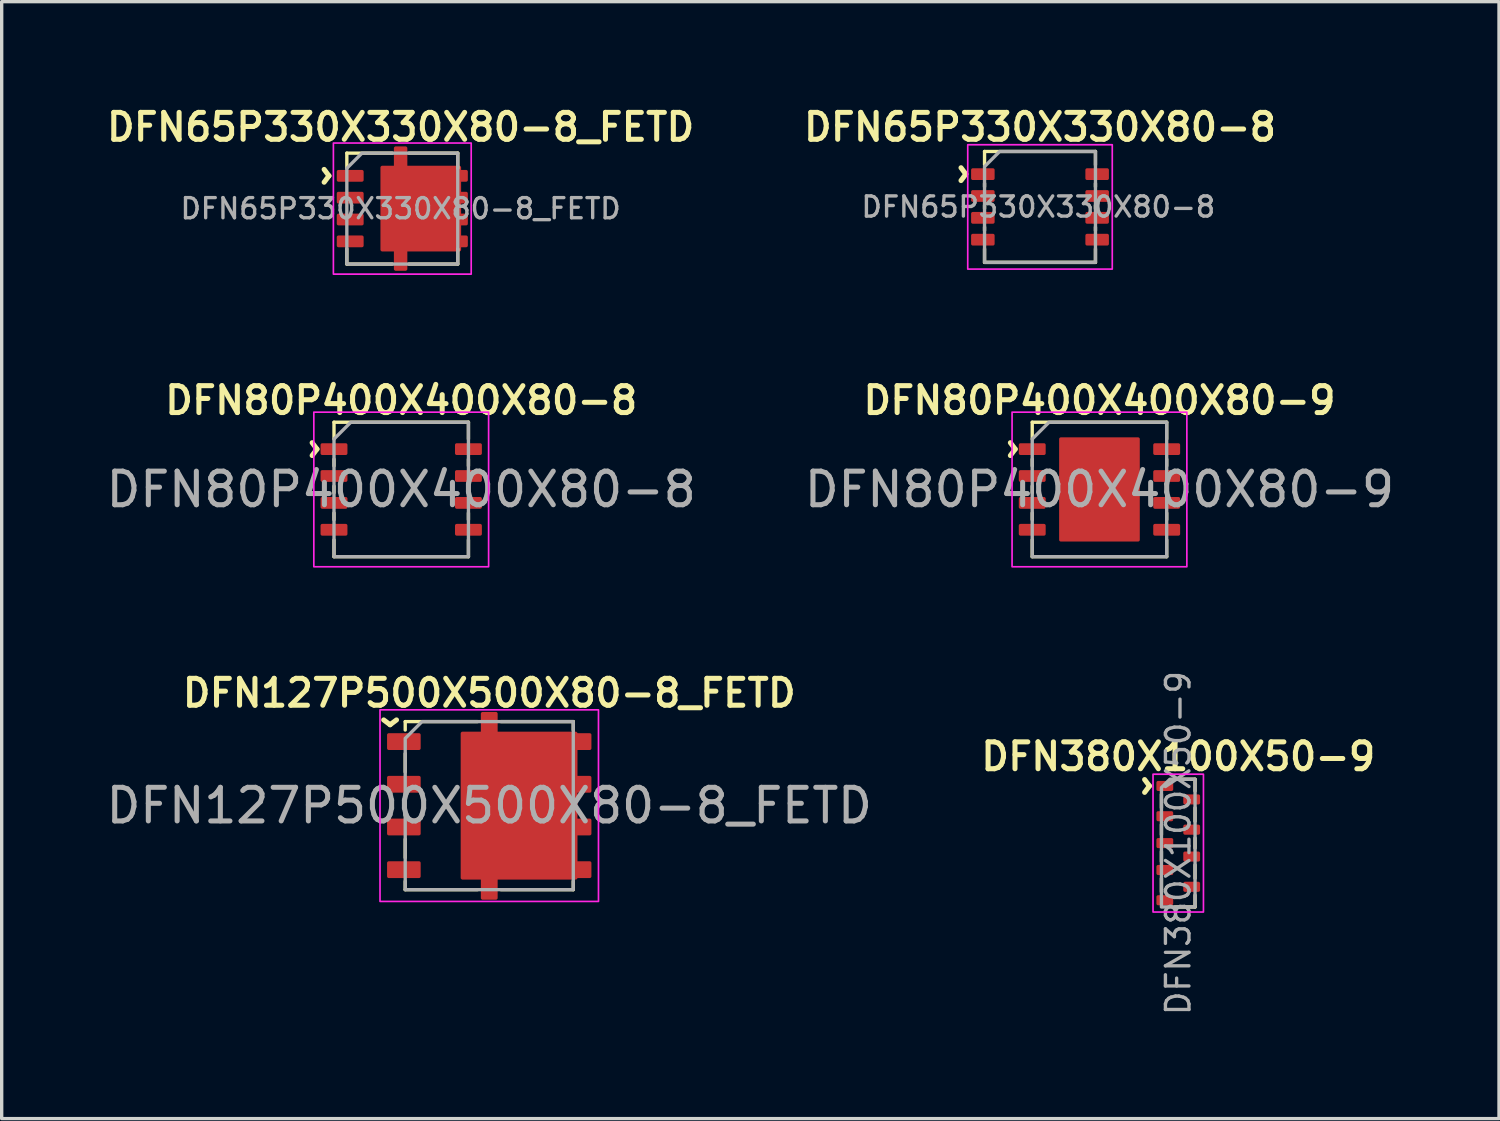
<source format=kicad_pcb>
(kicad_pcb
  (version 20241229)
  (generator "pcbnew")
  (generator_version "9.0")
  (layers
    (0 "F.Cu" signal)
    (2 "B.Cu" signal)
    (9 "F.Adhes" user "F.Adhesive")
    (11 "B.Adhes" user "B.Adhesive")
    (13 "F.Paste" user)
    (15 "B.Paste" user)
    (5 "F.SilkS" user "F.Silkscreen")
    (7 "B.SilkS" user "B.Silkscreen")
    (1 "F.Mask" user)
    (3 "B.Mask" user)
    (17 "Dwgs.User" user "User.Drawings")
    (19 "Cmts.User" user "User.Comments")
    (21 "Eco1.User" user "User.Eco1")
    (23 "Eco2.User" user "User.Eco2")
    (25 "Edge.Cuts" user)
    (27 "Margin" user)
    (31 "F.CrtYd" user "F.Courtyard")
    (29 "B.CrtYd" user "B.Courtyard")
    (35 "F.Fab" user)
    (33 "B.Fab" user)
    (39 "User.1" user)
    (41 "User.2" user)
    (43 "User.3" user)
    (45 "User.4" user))
  (footprint "DFN80P400X400X80-9"
    (layer "F.Cu")
    (at 29.661 11.512)
    (property "Reference" "DFN80P400X400X80-9" (at 0 -2.65 0) (layer "F.SilkS") (effects (font (size 0.8 0.8) (thickness 0.15))))
    (attr smd)
    (fp_line (start -2 -2) (end -2 -1.5) (stroke (width 0.1) (type solid)) (layer "F.SilkS"))
    (fp_line (start -2 -2) (end 2 -2) (stroke (width 0.1) (type solid)) (layer "F.SilkS"))
    (fp_line (start -2 -0.9) (end -2 -0.7) (stroke (width 0.1) (type default)) (layer "F.SilkS"))
    (fp_line (start -2 -0.1) (end -2 0.1) (stroke (width 0.1) (type default)) (layer "F.SilkS"))
    (fp_line (start -2 0.7) (end -2 0.9) (stroke (width 0.1) (type default)) (layer "F.SilkS"))
    (fp_line (start -2 2) (end -2 1.5) (stroke (width 0.1) (type solid)) (layer "F.SilkS"))
    (fp_line (start -2 2) (end 2 2) (stroke (width 0.1) (type solid)) (layer "F.SilkS"))
    (fp_line (start 2 -2) (end 2 -1.5) (stroke (width 0.1) (type solid)) (layer "F.SilkS"))
    (fp_line (start 2 -0.9) (end 2 -0.7) (stroke (width 0.1) (type default)) (layer "F.SilkS"))
    (fp_line (start 2 -0.1) (end 2 0.1) (stroke (width 0.1) (type default)) (layer "F.SilkS"))
    (fp_line (start 2 0.7) (end 2 0.9) (stroke (width 0.1) (type default)) (layer "F.SilkS"))
    (fp_line (start 2 2) (end 2 1.5) (stroke (width 0.1) (type solid)) (layer "F.SilkS"))
    (fp_poly (pts (xy 2.6 -2.3) (xy -2.6 -2.3) (xy -2.6 2.3) (xy 2.6 2.3)) (stroke (width 0.05) (type solid)) (fill no) (layer "F.CrtYd"))
    (fp_poly (pts (xy -1.5 -2) (xy -2 -1.5) (xy -2 2) (xy 2 2) (xy 2 -2)) (stroke (width 0.1) (type solid)) (fill no) (layer "F.Fab"))
    (fp_text user "^" (at -3.1 -1.2 270) (unlocked yes) (layer "F.SilkS") (effects (font (size 1 1) (thickness 0.15))))
    (fp_text user "${REFERENCE}" (at 0 0 0) (layer "F.Fab") (effects (font (size 1 1) (thickness 0.15) (bold yes))))
    (pad "" smd roundrect (at -0.7 -0.875) (size 1 1.35) (layers "F.Paste") (roundrect_rratio 0.05))
    (pad "" smd roundrect (at -0.7 0.875) (size 1 1.35) (layers "F.Paste") (roundrect_rratio 0.05))
    (pad "" smd roundrect (at 0.7 -0.875) (size 1 1.35) (layers "F.Paste") (roundrect_rratio 0.05))
    (pad "" smd roundrect (at 0.7 0.875) (size 1 1.35) (layers "F.Paste") (roundrect_rratio 0.05))
    (pad "1" smd roundrect (at -2 -1.2) (size 0.8 0.35) (layers "F.Cu" "F.Mask" "F.Paste") (roundrect_rratio 0.143))
    (pad "2" smd roundrect (at -2 -0.4) (size 0.8 0.35) (layers "F.Cu" "F.Mask" "F.Paste") (roundrect_rratio 0.143))
    (pad "3" smd roundrect (at -2 0.4) (size 0.8 0.35) (layers "F.Cu" "F.Mask" "F.Paste") (roundrect_rratio 0.143))
    (pad "4" smd roundrect (at -2 1.2) (size 0.8 0.35) (layers "F.Cu" "F.Mask" "F.Paste") (roundrect_rratio 0.143))
    (pad "5" smd roundrect (at 2 1.2) (size 0.8 0.35) (layers "F.Cu" "F.Mask" "F.Paste") (roundrect_rratio 0.143))
    (pad "6" smd roundrect (at 2 0.4) (size 0.8 0.35) (layers "F.Cu" "F.Mask" "F.Paste") (roundrect_rratio 0.143))
    (pad "7" smd roundrect (at 2 -0.4) (size 0.8 0.35) (layers "F.Cu" "F.Mask" "F.Paste") (roundrect_rratio 0.143))
    (pad "8" smd roundrect (at 2 -1.2) (size 0.8 0.35) (layers "F.Cu" "F.Mask" "F.Paste") (roundrect_rratio 0.143))
    (pad "9" smd roundrect (at 0 0) (size 2.4 3.1) (layers "F.Cu" "F.Mask") (roundrect_rratio 0.021)))
  (footprint "DFN380X100X50-9"
    (layer "F.Cu")
    (at 32.005 22.034)
    (property "Reference" "DFN380X100X50-9" (at 0 -2.575 180) (layer "F.SilkS") (effects (font (size 0.8 0.8) (thickness 0.15))))
    (attr smd)
    (fp_line (start -0.5 -0.25) (end -0.5 -0.55) (stroke (width 0.1) (type solid)) (layer "F.SilkS"))
    (fp_line (start -0.5 0.55) (end -0.5 0.25) (stroke (width 0.1) (type solid)) (layer "F.SilkS"))
    (fp_line (start -0.5 1.45) (end -0.5 1.05) (stroke (width 0.1) (type solid)) (layer "F.SilkS"))
    (fp_line (start -0.5 -1.05) (end -0.5 -1.45) (stroke (width 0.1) (type solid)) (layer "F.SilkS"))
    (fp_line (start 0.5 -0.15) (end 0.5 0.15) (stroke (width 0.1) (type solid)) (layer "F.SilkS"))
    (fp_line (start 0.5 -1.9) (end -0.1 -1.9) (stroke (width 0.1) (type solid)) (layer "F.SilkS"))
    (fp_line (start 0.5 -1.55) (end 0.5 -1.9) (stroke (width 0.1) (type solid)) (layer "F.SilkS"))
    (fp_line (start 0.5 -1.05) (end 0.5 -0.65) (stroke (width 0.1) (type solid)) (layer "F.SilkS"))
    (fp_line (start 0.5 0.65) (end 0.5 1.05) (stroke (width 0.1) (type solid)) (layer "F.SilkS"))
    (fp_line (start 0.5 1.55) (end 0.5 1.9) (stroke (width 0.1) (type solid)) (layer "F.SilkS"))
    (fp_line (start 0.5 1.9) (end -0.1 1.9) (stroke (width 0.1) (type solid)) (layer "F.SilkS"))
    (fp_rect (start -0.75 -2.05) (end 0.75 2.05) (stroke (width 0.05) (type default)) (fill no) (layer "F.CrtYd"))
    (fp_poly (pts (xy -0.5 -1.65) (xy -0.25 -1.9) (xy 0.5 -1.9) (xy 0.5 1.9) (xy -0.5 1.9)) (stroke (width 0.1) (type solid)) (fill no) (layer "F.Fab"))
    (fp_text user "^" (at -1.45 -1.7 270) (unlocked yes) (layer "F.SilkS") (effects (font (size 1 1) (thickness 0.15))))
    (fp_text user "${REFERENCE}" (at 0 0 270) (layer "F.Fab") (effects (font (size 0.7 0.7) (thickness 0.1))))
    (pad "1" smd roundrect (at -0.4 -1.7 270) (size 0.3 0.5) (layers "F.Cu" "F.Mask" "F.Paste") (roundrect_rratio 0.167))
    (pad "2" smd roundrect (at -0.4 -0.8 270) (size 0.3 0.5) (layers "F.Cu" "F.Mask" "F.Paste") (roundrect_rratio 0.167))
    (pad "3" smd roundrect (at -0.4 0 270) (size 0.3 0.5) (layers "F.Cu" "F.Mask" "F.Paste") (roundrect_rratio 0.167))
    (pad "4" smd roundrect (at -0.4 0.8 270) (size 0.3 0.5) (layers "F.Cu" "F.Mask" "F.Paste") (roundrect_rratio 0.167))
    (pad "5" smd roundrect (at -0.4 1.7 270) (size 0.3 0.5) (layers "F.Cu" "F.Mask" "F.Paste") (roundrect_rratio 0.167))
    (pad "6" smd roundrect (at 0.4 1.3 270) (size 0.3 0.5) (layers "F.Cu" "F.Mask" "F.Paste") (roundrect_rratio 0.167))
    (pad "7" smd roundrect (at 0.4 0.4 270) (size 0.3 0.5) (layers "F.Cu" "F.Mask" "F.Paste") (roundrect_rratio 0.167))
    (pad "8" smd roundrect (at 0.4 -0.4 270) (size 0.3 0.5) (layers "F.Cu" "F.Mask" "F.Paste") (roundrect_rratio 0.167))
    (pad "9" smd roundrect (at 0.4 -1.3 270) (size 0.3 0.5) (layers "F.Cu" "F.Mask" "F.Paste") (roundrect_rratio 0.167)))
  (footprint "DFN65P330X330X80-8_FETD"
    (layer "F.Cu")
    (at 8.919 3.156)
    (property "Reference" "DFN65P330X330X80-8_FETD" (at -0.05 -2.425 0) (layer "F.SilkS") (effects (font (size 0.8 0.8) (thickness 0.15))))
    (attr smd)
    (fp_line (start -1.65 -1.65) (end -1.65 -1.2) (stroke (width 0.1) (type solid)) (layer "F.SilkS"))
    (fp_line (start -1.65 -1.65) (end -0.3 -1.65) (stroke (width 0.1) (type solid)) (layer "F.SilkS"))
    (fp_line (start -1.65 1.65) (end -1.65 1.2) (stroke (width 0.1) (type solid)) (layer "F.SilkS"))
    (fp_line (start -0.3 1.65) (end -1.65 1.65) (stroke (width 0.1) (type solid)) (layer "F.SilkS"))
    (fp_line (start 1.65 -1.65) (end 0.2 -1.65) (stroke (width 0.1) (type solid)) (layer "F.SilkS"))
    (fp_line (start 1.65 -1.65) (end 1.65 -1.2) (stroke (width 0.1) (type solid)) (layer "F.SilkS"))
    (fp_line (start 1.65 1.65) (end 0.2 1.65) (stroke (width 0.1) (type solid)) (layer "F.SilkS"))
    (fp_line (start 1.65 1.65) (end 1.65 1.2) (stroke (width 0.1) (type solid)) (layer "F.SilkS"))
    (fp_rect (start -2.05 -1.95) (end 2.05 1.95) (stroke (width 0.05) (type default)) (fill no) (layer "F.CrtYd"))
    (fp_poly (pts (xy -1.65 -1.2) (xy -1.65 1.65) (xy 1.65 1.65) (xy 1.65 -1.65) (xy -1.2 -1.65)) (stroke (width 0.1) (type solid)) (fill no) (layer "F.Fab"))
    (fp_text user "^" (at -2.775 -0.975 270) (unlocked yes) (layer "F.SilkS") (effects (font (size 1 1) (thickness 0.15))))
    (fp_text user "${REFERENCE}" (at -0.05 0 0) (unlocked yes) (layer "F.Fab") (effects (font (size 0.6 0.6) (thickness 0.1))))
    (pad "1" smd roundrect (at -1.55 -0.975) (size 0.8 0.35) (layers "F.Cu" "F.Mask" "F.Paste") (roundrect_rratio 0.143))
    (pad "2" smd roundrect (at -1.55 -0.325) (size 0.8 0.35) (layers "F.Cu" "F.Mask" "F.Paste") (roundrect_rratio 0.143))
    (pad "3" smd roundrect (at -1.55 0.325) (size 0.8 0.35) (layers "F.Cu" "F.Mask" "F.Paste") (roundrect_rratio 0.143))
    (pad "4" smd roundrect (at -1.55 0.975) (size 0.8 0.35) (layers "F.Cu" "F.Mask" "F.Paste") (roundrect_rratio 0.143))
    (pad "5" smd custom (at 1.65 0.975) (size 0.35 0.35) (layers "F.Cu" "F.Mask" "F.Paste") (options (anchor circle)) (primitives (gr_rect (start -2.25 -2.2) (end 0.05 0.25) (width 0.1) (fill yes)) (gr_rect (start -1.85 0.225) (end -1.55 0.825) (width 0.1) (fill yes)) (gr_rect (start -1.85 -2.775) (end -1.55 -2.175) (width 0.1) (fill yes)) (gr_poly (pts (xy -0.3 -0.125) (xy -0.296 -0.144) (xy -0.285 -0.16) (xy -0.269 -0.171) (xy -0.25 -0.175) (xy 0.25 -0.175) (xy 0.269 -0.171) (xy 0.285 -0.16) (xy 0.296 -0.144) (xy 0.3 -0.125) (xy 0.3 0.125) (xy 0.296 0.144) (xy 0.285 0.16) (xy 0.269 0.171) (xy 0.25 0.175) (xy -0.25 0.175) (xy -0.269 0.171) (xy -0.285 0.16) (xy -0.296 0.144) (xy -0.3 0.125)) (width 0) (fill yes))))
    (pad "6" smd roundrect (at 1.55 0.325) (size 0.8 0.35) (layers "F.Cu" "F.Mask" "F.Paste") (roundrect_rratio 0.143))
    (pad "7" smd roundrect (at 1.55 -0.325) (size 0.8 0.35) (layers "F.Cu" "F.Mask" "F.Paste") (roundrect_rratio 0.143))
    (pad "8" smd roundrect (at 1.55 -0.975) (size 0.8 0.35) (layers "F.Cu" "F.Mask" "F.Paste") (roundrect_rratio 0.143)))
  (footprint "DFN80P400X400X80-8"
    (layer "F.Cu")
    (at 8.887 11.512)
    (property "Reference" "DFN80P400X400X80-8" (at 0 -2.65 0) (layer "F.SilkS") (effects (font (size 0.8 0.8) (thickness 0.15))))
    (attr smd)
    (fp_line (start -2 -2) (end -2 -1.5) (stroke (width 0.1) (type solid)) (layer "F.SilkS"))
    (fp_line (start -2 -2) (end 2 -2) (stroke (width 0.1) (type solid)) (layer "F.SilkS"))
    (fp_line (start -2 -0.9) (end -2 -0.7) (stroke (width 0.1) (type default)) (layer "F.SilkS"))
    (fp_line (start -2 -0.1) (end -2 0.1) (stroke (width 0.1) (type default)) (layer "F.SilkS"))
    (fp_line (start -2 0.7) (end -2 0.9) (stroke (width 0.1) (type default)) (layer "F.SilkS"))
    (fp_line (start -2 2) (end -2 1.5) (stroke (width 0.1) (type solid)) (layer "F.SilkS"))
    (fp_line (start -2 2) (end 2 2) (stroke (width 0.1) (type solid)) (layer "F.SilkS"))
    (fp_line (start 2 -2) (end 2 -1.5) (stroke (width 0.1) (type solid)) (layer "F.SilkS"))
    (fp_line (start 2 -0.9) (end 2 -0.7) (stroke (width 0.1) (type default)) (layer "F.SilkS"))
    (fp_line (start 2 -0.1) (end 2 0.1) (stroke (width 0.1) (type default)) (layer "F.SilkS"))
    (fp_line (start 2 0.7) (end 2 0.9) (stroke (width 0.1) (type default)) (layer "F.SilkS"))
    (fp_line (start 2 2) (end 2 1.5) (stroke (width 0.1) (type solid)) (layer "F.SilkS"))
    (fp_poly (pts (xy 2.6 -2.3) (xy -2.6 -2.3) (xy -2.6 2.3) (xy 2.6 2.3)) (stroke (width 0.05) (type solid)) (fill no) (layer "F.CrtYd"))
    (fp_poly (pts (xy -1.5 -2) (xy -2 -1.5) (xy -2 2) (xy 2 2) (xy 2 -2)) (stroke (width 0.1) (type solid)) (fill no) (layer "F.Fab"))
    (fp_text user "^" (at -3.1 -1.2 270) (unlocked yes) (layer "F.SilkS") (effects (font (size 1 1) (thickness 0.15))))
    (fp_text user "${REFERENCE}" (at 0 0 0) (layer "F.Fab") (effects (font (size 1 1) (thickness 0.15) (bold yes))))
    (pad "1" smd roundrect (at -2 -1.2) (size 0.8 0.35) (layers "F.Cu" "F.Mask" "F.Paste") (roundrect_rratio 0.143))
    (pad "2" smd roundrect (at -2 -0.4) (size 0.8 0.35) (layers "F.Cu" "F.Mask" "F.Paste") (roundrect_rratio 0.143))
    (pad "3" smd roundrect (at -2 0.4) (size 0.8 0.35) (layers "F.Cu" "F.Mask" "F.Paste") (roundrect_rratio 0.143))
    (pad "4" smd roundrect (at -2 1.2) (size 0.8 0.35) (layers "F.Cu" "F.Mask" "F.Paste") (roundrect_rratio 0.143))
    (pad "5" smd roundrect (at 2 1.2) (size 0.8 0.35) (layers "F.Cu" "F.Mask" "F.Paste") (roundrect_rratio 0.143))
    (pad "6" smd roundrect (at 2 0.4) (size 0.8 0.35) (layers "F.Cu" "F.Mask" "F.Paste") (roundrect_rratio 0.143))
    (pad "7" smd roundrect (at 2 -0.4) (size 0.8 0.35) (layers "F.Cu" "F.Mask" "F.Paste") (roundrect_rratio 0.143))
    (pad "8" smd roundrect (at 2 -1.2) (size 0.8 0.35) (layers "F.Cu" "F.Mask" "F.Paste") (roundrect_rratio 0.143)))
  (footprint "DFN127P500X500X80-8_FETD"
    (layer "F.Cu")
    (at 11.506 20.919)
    (property "Reference" "DFN127P500X500X80-8_FETD" (at 0 -3.35 0) (layer "F.SilkS") (effects (font (size 0.8 0.8) (thickness 0.15))))
    (attr smd)
    (fp_line (start -2.5 -2.5) (end -2.5 -2.25) (stroke (width 0.1) (type solid)) (layer "F.SilkS"))
    (fp_line (start -2.5 -2.5) (end -0.35 -2.5) (stroke (width 0.1) (type default)) (layer "F.SilkS"))
    (fp_line (start -2.5 -1.55) (end -2.5 -1) (stroke (width 0.1) (type default)) (layer "F.SilkS"))
    (fp_line (start -2.5 -0.3) (end -2.5 0.3) (stroke (width 0.1) (type default)) (layer "F.SilkS"))
    (fp_line (start -2.5 1) (end -2.5 1.55) (stroke (width 0.1) (type default)) (layer "F.SilkS"))
    (fp_line (start -2.5 2.5) (end -2.5 2.25) (stroke (width 0.1) (type solid)) (layer "F.SilkS"))
    (fp_line (start -2.5 2.5) (end -0.35 2.5) (stroke (width 0.1) (type default)) (layer "F.SilkS"))
    (fp_line (start 2.5 -2.5) (end 0.35 -2.5) (stroke (width 0.1) (type default)) (layer "F.SilkS"))
    (fp_line (start 2.5 -2.5) (end 2.5 -2.25) (stroke (width 0.1) (type solid)) (layer "F.SilkS"))
    (fp_line (start 2.5 2.5) (end 0.35 2.5) (stroke (width 0.1) (type default)) (layer "F.SilkS"))
    (fp_line (start 2.5 2.5) (end 2.5 2.25) (stroke (width 0.1) (type solid)) (layer "F.SilkS"))
    (fp_rect (start -3.25 -2.85) (end 3.25 2.85) (stroke (width 0.05) (type default)) (fill no) (layer "F.CrtYd"))
    (fp_poly (pts (xy -2.5 -2) (xy -2.5 2.5) (xy 2.5 2.5) (xy 2.5 -2.5) (xy -2 -2.5)) (stroke (width 0.1) (type solid)) (fill no) (layer "F.Fab"))
    (fp_text user "^" (at -2.95 -3 180) (unlocked yes) (layer "F.SilkS") (effects (font (size 1 1) (thickness 0.15))))
    (fp_text user "${REFERENCE}" (at 0 0 0) (unlocked yes) (layer "F.Fab") (effects (font (size 1 1) (thickness 0.15))))
    (pad "" smd roundrect (at 0.4 -1.35 270) (size 0.7 2.25) (layers "F.Paste") (roundrect_rratio 0.071))
    (pad "" smd roundrect (at 0.4 0 270) (size 1 2.25) (layers "F.Paste") (roundrect_rratio 0.05))
    (pad "" smd roundrect (at 0.4 1.35 270) (size 0.7 2.25) (layers "F.Paste") (roundrect_rratio 0.071))
    (pad "1" smd roundrect (at -2.54 -1.905 270) (size 0.5 1) (layers "F.Cu" "F.Mask" "F.Paste") (roundrect_rratio 0.1))
    (pad "2" smd roundrect (at -2.54 -0.635 270) (size 0.5 1) (layers "F.Cu" "F.Mask" "F.Paste") (roundrect_rratio 0.1))
    (pad "3" smd roundrect (at -2.54 0.635 270) (size 0.5 1) (layers "F.Cu" "F.Mask" "F.Paste") (roundrect_rratio 0.1))
    (pad "4" smd roundrect (at -2.54 1.905 270) (size 0.5 1) (layers "F.Cu" "F.Mask" "F.Paste") (roundrect_rratio 0.1))
    (pad "5" smd custom (at 2.54 1.905 270) (size 0.5 0.5) (layers "F.Cu" "F.Mask" "F.Paste") (options (anchor circle)) (primitives (gr_poly (pts (xy -0.25 -0.45) (xy -0.246 -0.469) (xy -0.235 -0.485) (xy -0.219 -0.496) (xy -0.2 -0.5) (xy 0.2 -0.5) (xy 0.219 -0.496) (xy 0.235 -0.485) (xy 0.246 -0.469) (xy 0.25 -0.45) (xy 0.25 0.45) (xy 0.246 0.469) (xy 0.235 0.485) (xy 0.219 0.496) (xy 0.2 0.5) (xy -0.2 0.5) (xy -0.219 0.496) (xy -0.235 0.485) (xy -0.246 0.469) (xy -0.25 0.45)) (width 0) (fill yes)) (gr_rect (start -4.055 -0.035) (end 0.245 3.34) (width 0.1) (fill yes)) (gr_rect (start -4.643 2.34) (end -4.018 2.74) (width 0.1) (fill yes)) (gr_rect (start 0.22 2.34) (end 0.845 2.74) (width 0.1) (fill yes))))
    (pad "6" smd roundrect (at 2.54 0.635 270) (size 0.5 1) (layers "F.Cu" "F.Mask" "F.Paste") (roundrect_rratio 0.1))
    (pad "7" smd roundrect (at 2.54 -0.635 270) (size 0.5 1) (layers "F.Cu" "F.Mask" "F.Paste") (roundrect_rratio 0.1))
    (pad "8" smd roundrect (at 2.54 -1.905 270) (size 0.5 1) (layers "F.Cu" "F.Mask" "F.Paste") (roundrect_rratio 0.1)))
  (footprint "DFN65P330X330X80-8"
    (layer "F.Cu")
    (at 27.892 3.106)
    (property "Reference" "DFN65P330X330X80-8" (at 0 -2.375 0) (layer "F.SilkS") (effects (font (size 0.8 0.8) (thickness 0.15))))
    (attr smd)
    (fp_line (start -1.65 -1.65) (end -1.65 -1.25) (stroke (width 0.1) (type solid)) (layer "F.SilkS"))
    (fp_line (start -1.65 -1.65) (end 1.65 -1.65) (stroke (width 0.1) (type solid)) (layer "F.SilkS"))
    (fp_line (start -1.65 -0.7) (end -1.65 -0.6) (stroke (width 0.1) (type default)) (layer "F.SilkS"))
    (fp_line (start -1.65 -0.05) (end -1.65 0.05) (stroke (width 0.1) (type default)) (layer "F.SilkS"))
    (fp_line (start -1.65 0.6) (end -1.65 0.7) (stroke (width 0.1) (type default)) (layer "F.SilkS"))
    (fp_line (start -1.65 1.65) (end -1.65 1.25) (stroke (width 0.1) (type solid)) (layer "F.SilkS"))
    (fp_line (start 1.65 -1.65) (end 1.65 -1.25) (stroke (width 0.1) (type solid)) (layer "F.SilkS"))
    (fp_line (start 1.65 -0.7) (end 1.65 -0.6) (stroke (width 0.1) (type default)) (layer "F.SilkS"))
    (fp_line (start 1.65 -0.05) (end 1.65 0.05) (stroke (width 0.1) (type default)) (layer "F.SilkS"))
    (fp_line (start 1.65 0.6) (end 1.65 0.7) (stroke (width 0.1) (type default)) (layer "F.SilkS"))
    (fp_line (start 1.65 1.65) (end -1.65 1.65) (stroke (width 0.1) (type solid)) (layer "F.SilkS"))
    (fp_line (start 1.65 1.65) (end 1.65 1.25) (stroke (width 0.1) (type solid)) (layer "F.SilkS"))
    (fp_rect (start -2.15 -1.85) (end 2.15 1.85) (stroke (width 0.05) (type default)) (fill no) (layer "F.CrtYd"))
    (fp_poly (pts (xy -1.65 1.65) (xy 1.65 1.65) (xy 1.65 -1.65) (xy -1.2 -1.65) (xy -1.65 -1.2)) (stroke (width 0.1) (type solid)) (fill no) (layer "F.Fab"))
    (fp_text user "^" (at -2.8 -0.975 270) (unlocked yes) (layer "F.SilkS") (effects (font (size 1 1) (thickness 0.15))))
    (fp_text user "${REFERENCE}" (at -0.05 0 0) (unlocked yes) (layer "F.Fab") (effects (font (size 0.6 0.6) (thickness 0.1))))
    (pad "1" smd roundrect (at -1.7 -0.975) (size 0.7 0.35) (layers "F.Cu" "F.Mask" "F.Paste") (roundrect_rratio 0.143))
    (pad "2" smd roundrect (at -1.7 -0.325) (size 0.7 0.35) (layers "F.Cu" "F.Mask" "F.Paste") (roundrect_rratio 0.143))
    (pad "3" smd roundrect (at -1.7 0.325) (size 0.7 0.35) (layers "F.Cu" "F.Mask" "F.Paste") (roundrect_rratio 0.143))
    (pad "4" smd roundrect (at -1.7 0.975) (size 0.7 0.35) (layers "F.Cu" "F.Mask" "F.Paste") (roundrect_rratio 0.143))
    (pad "5" smd roundrect (at 1.7 0.975) (size 0.7 0.35) (layers "F.Cu" "F.Mask" "F.Paste") (roundrect_rratio 0.143))
    (pad "6" smd roundrect (at 1.7 0.325) (size 0.7 0.35) (layers "F.Cu" "F.Mask" "F.Paste") (roundrect_rratio 0.143))
    (pad "7" smd roundrect (at 1.7 -0.325) (size 0.7 0.35) (layers "F.Cu" "F.Mask" "F.Paste") (roundrect_rratio 0.143))
    (pad "8" smd roundrect (at 1.7 -0.975) (size 0.7 0.35) (layers "F.Cu" "F.Mask" "F.Paste") (roundrect_rratio 0.143)))
  (gr_rect
    (start -3 -3)
    (end 41.548 30.231)
    (stroke (width 0.1) (type default))
    (fill no)
    (layer "Edge.Cuts")))
</source>
